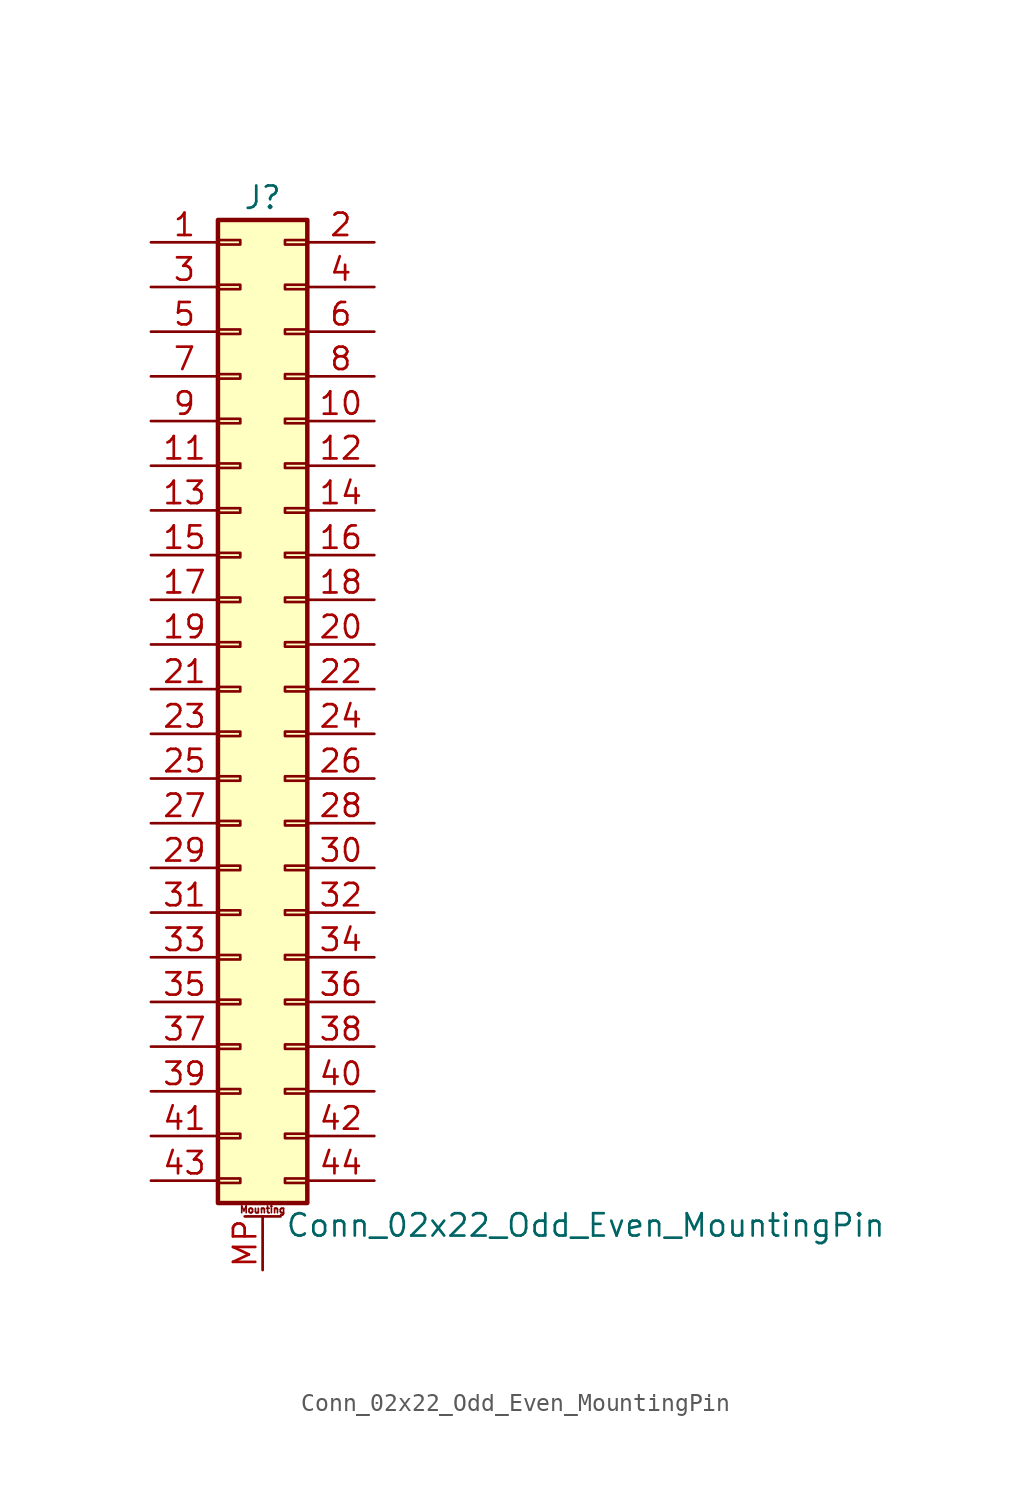
<source format=kicad_sym>
(kicad_symbol_lib
  (version 20201005)
  (generator kicad_symbol_editor)
  (symbol "Conn_02x22_Odd_Even_MountingPin"
    (pin_names
      (offset 1.016) hide)
    (property "Reference" "J"
      (at 1.27 27.94 0)
      (effects (font (size 1.27 1.27))))
    (property "Value" "Conn_02x22_Odd_Even_MountingPin"
      (at 2.54 -30.48 0)
      (effects (font (size 1.27 1.27)) (justify left)))
    (symbol "Conn_02x22_Odd_Even_MountingPin_1_1"
      (text "Mounting" (at 1.27 -29.591 0) (effects (font (size 0.381 0.381))))
      (rectangle (start -1.27 -27.813) (end 0 -28.067) (stroke (width 0.152)) (fill (type none)))
      (rectangle (start -1.27 -25.273) (end 0 -25.527) (stroke (width 0.152)) (fill (type none)))
      (rectangle (start -1.27 -22.733) (end 0 -22.987) (stroke (width 0.152)) (fill (type none)))
      (rectangle (start -1.27 -20.193) (end 0 -20.447) (stroke (width 0.152)) (fill (type none)))
      (rectangle (start -1.27 -17.653) (end 0 -17.907) (stroke (width 0.152)) (fill (type none)))
      (rectangle (start -1.27 -15.113) (end 0 -15.367) (stroke (width 0.152)) (fill (type none)))
      (rectangle (start -1.27 -12.573) (end 0 -12.827) (stroke (width 0.152)) (fill (type none)))
      (rectangle (start -1.27 -10.033) (end 0 -10.287) (stroke (width 0.152)) (fill (type none)))
      (rectangle (start -1.27 -7.493) (end 0 -7.747) (stroke (width 0.152)) (fill (type none)))
      (rectangle (start -1.27 -4.953) (end 0 -5.207) (stroke (width 0.152)) (fill (type none)))
      (rectangle (start -1.27 -2.413) (end 0 -2.667) (stroke (width 0.152)) (fill (type none)))
      (rectangle (start -1.27 0.127) (end 0 -0.127) (stroke (width 0.152)) (fill (type none)))
      (rectangle (start -1.27 2.667) (end 0 2.413) (stroke (width 0.152)) (fill (type none)))
      (rectangle (start -1.27 5.207) (end 0 4.953) (stroke (width 0.152)) (fill (type none)))
      (rectangle (start -1.27 7.747) (end 0 7.493) (stroke (width 0.152)) (fill (type none)))
      (rectangle (start -1.27 10.287) (end 0 10.033) (stroke (width 0.152)) (fill (type none)))
      (rectangle (start -1.27 12.827) (end 0 12.573) (stroke (width 0.152)) (fill (type none)))
      (rectangle (start -1.27 15.367) (end 0 15.113) (stroke (width 0.152)) (fill (type none)))
      (rectangle (start -1.27 17.907) (end 0 17.653) (stroke (width 0.152)) (fill (type none)))
      (rectangle (start -1.27 20.447) (end 0 20.193) (stroke (width 0.152)) (fill (type none)))
      (rectangle (start -1.27 22.987) (end 0 22.733) (stroke (width 0.152)) (fill (type none)))
      (rectangle (start -1.27 25.527) (end 0 25.273) (stroke (width 0.152)) (fill (type none)))
      (rectangle (start 3.81 -27.813) (end 2.54 -28.067) (stroke (width 0.152)) (fill (type none)))
      (rectangle (start 3.81 -25.273) (end 2.54 -25.527) (stroke (width 0.152)) (fill (type none)))
      (rectangle (start 3.81 -22.733) (end 2.54 -22.987) (stroke (width 0.152)) (fill (type none)))
      (rectangle (start 3.81 -20.193) (end 2.54 -20.447) (stroke (width 0.152)) (fill (type none)))
      (rectangle (start 3.81 -17.653) (end 2.54 -17.907) (stroke (width 0.152)) (fill (type none)))
      (rectangle (start 3.81 -15.113) (end 2.54 -15.367) (stroke (width 0.152)) (fill (type none)))
      (rectangle (start 3.81 -12.573) (end 2.54 -12.827) (stroke (width 0.152)) (fill (type none)))
      (rectangle (start 3.81 -10.033) (end 2.54 -10.287) (stroke (width 0.152)) (fill (type none)))
      (rectangle (start 3.81 -7.493) (end 2.54 -7.747) (stroke (width 0.152)) (fill (type none)))
      (rectangle (start 3.81 -4.953) (end 2.54 -5.207) (stroke (width 0.152)) (fill (type none)))
      (rectangle (start 3.81 -2.413) (end 2.54 -2.667) (stroke (width 0.152)) (fill (type none)))
      (rectangle (start 3.81 0.127) (end 2.54 -0.127) (stroke (width 0.152)) (fill (type none)))
      (rectangle (start 3.81 2.667) (end 2.54 2.413) (stroke (width 0.152)) (fill (type none)))
      (rectangle (start 3.81 5.207) (end 2.54 4.953) (stroke (width 0.152)) (fill (type none)))
      (rectangle (start 3.81 7.747) (end 2.54 7.493) (stroke (width 0.152)) (fill (type none)))
      (rectangle (start 3.81 10.287) (end 2.54 10.033) (stroke (width 0.152)) (fill (type none)))
      (rectangle (start 3.81 12.827) (end 2.54 12.573) (stroke (width 0.152)) (fill (type none)))
      (rectangle (start 3.81 15.367) (end 2.54 15.113) (stroke (width 0.152)) (fill (type none)))
      (rectangle (start 3.81 17.907) (end 2.54 17.653) (stroke (width 0.152)) (fill (type none)))
      (rectangle (start 3.81 20.447) (end 2.54 20.193) (stroke (width 0.152)) (fill (type none)))
      (rectangle (start 3.81 22.987) (end 2.54 22.733) (stroke (width 0.152)) (fill (type none)))
      (rectangle (start 3.81 25.527) (end 2.54 25.273) (stroke (width 0.152)) (fill (type none)))
      (rectangle (start -1.27 26.67) (end 3.81 -29.21) (stroke (width 0.254)) (fill (type background)))
      (polyline (pts (xy 0.254 -29.972) (xy 2.286 -29.972)) (stroke (width 0.152)) (fill (type none)))
      (pin passive line (at -5.08 25.4 0) (length 3.81) (name "Pin_1" (effects (font (size 1.27 1.27)))) (number "1" (effects (font (size 1.27 1.27)))))
      (pin passive line (at 7.62 15.24 180) (length 3.81) (name "Pin_10" (effects (font (size 1.27 1.27)))) (number "10" (effects (font (size 1.27 1.27)))))
      (pin passive line (at -5.08 12.7 0) (length 3.81) (name "Pin_11" (effects (font (size 1.27 1.27)))) (number "11" (effects (font (size 1.27 1.27)))))
      (pin passive line (at 7.62 12.7 180) (length 3.81) (name "Pin_12" (effects (font (size 1.27 1.27)))) (number "12" (effects (font (size 1.27 1.27)))))
      (pin passive line (at -5.08 10.16 0) (length 3.81) (name "Pin_13" (effects (font (size 1.27 1.27)))) (number "13" (effects (font (size 1.27 1.27)))))
      (pin passive line (at 7.62 10.16 180) (length 3.81) (name "Pin_14" (effects (font (size 1.27 1.27)))) (number "14" (effects (font (size 1.27 1.27)))))
      (pin passive line (at -5.08 7.62 0) (length 3.81) (name "Pin_15" (effects (font (size 1.27 1.27)))) (number "15" (effects (font (size 1.27 1.27)))))
      (pin passive line (at 7.62 7.62 180) (length 3.81) (name "Pin_16" (effects (font (size 1.27 1.27)))) (number "16" (effects (font (size 1.27 1.27)))))
      (pin passive line (at -5.08 5.08 0) (length 3.81) (name "Pin_17" (effects (font (size 1.27 1.27)))) (number "17" (effects (font (size 1.27 1.27)))))
      (pin passive line (at 7.62 5.08 180) (length 3.81) (name "Pin_18" (effects (font (size 1.27 1.27)))) (number "18" (effects (font (size 1.27 1.27)))))
      (pin passive line (at -5.08 2.54 0) (length 3.81) (name "Pin_19" (effects (font (size 1.27 1.27)))) (number "19" (effects (font (size 1.27 1.27)))))
      (pin passive line (at 7.62 25.4 180) (length 3.81) (name "Pin_2" (effects (font (size 1.27 1.27)))) (number "2" (effects (font (size 1.27 1.27)))))
      (pin passive line (at 7.62 2.54 180) (length 3.81) (name "Pin_20" (effects (font (size 1.27 1.27)))) (number "20" (effects (font (size 1.27 1.27)))))
      (pin passive line (at -5.08 0 0) (length 3.81) (name "Pin_21" (effects (font (size 1.27 1.27)))) (number "21" (effects (font (size 1.27 1.27)))))
      (pin passive line (at 7.62 0 180) (length 3.81) (name "Pin_22" (effects (font (size 1.27 1.27)))) (number "22" (effects (font (size 1.27 1.27)))))
      (pin passive line (at -5.08 -2.54 0) (length 3.81) (name "Pin_23" (effects (font (size 1.27 1.27)))) (number "23" (effects (font (size 1.27 1.27)))))
      (pin passive line (at 7.62 -2.54 180) (length 3.81) (name "Pin_24" (effects (font (size 1.27 1.27)))) (number "24" (effects (font (size 1.27 1.27)))))
      (pin passive line (at -5.08 -5.08 0) (length 3.81) (name "Pin_25" (effects (font (size 1.27 1.27)))) (number "25" (effects (font (size 1.27 1.27)))))
      (pin passive line (at 7.62 -5.08 180) (length 3.81) (name "Pin_26" (effects (font (size 1.27 1.27)))) (number "26" (effects (font (size 1.27 1.27)))))
      (pin passive line (at -5.08 -7.62 0) (length 3.81) (name "Pin_27" (effects (font (size 1.27 1.27)))) (number "27" (effects (font (size 1.27 1.27)))))
      (pin passive line (at 7.62 -7.62 180) (length 3.81) (name "Pin_28" (effects (font (size 1.27 1.27)))) (number "28" (effects (font (size 1.27 1.27)))))
      (pin passive line (at -5.08 -10.16 0) (length 3.81) (name "Pin_29" (effects (font (size 1.27 1.27)))) (number "29" (effects (font (size 1.27 1.27)))))
      (pin passive line (at -5.08 22.86 0) (length 3.81) (name "Pin_3" (effects (font (size 1.27 1.27)))) (number "3" (effects (font (size 1.27 1.27)))))
      (pin passive line (at 7.62 -10.16 180) (length 3.81) (name "Pin_30" (effects (font (size 1.27 1.27)))) (number "30" (effects (font (size 1.27 1.27)))))
      (pin passive line (at -5.08 -12.7 0) (length 3.81) (name "Pin_31" (effects (font (size 1.27 1.27)))) (number "31" (effects (font (size 1.27 1.27)))))
      (pin passive line (at 7.62 -12.7 180) (length 3.81) (name "Pin_32" (effects (font (size 1.27 1.27)))) (number "32" (effects (font (size 1.27 1.27)))))
      (pin passive line (at -5.08 -15.24 0) (length 3.81) (name "Pin_33" (effects (font (size 1.27 1.27)))) (number "33" (effects (font (size 1.27 1.27)))))
      (pin passive line (at 7.62 -15.24 180) (length 3.81) (name "Pin_34" (effects (font (size 1.27 1.27)))) (number "34" (effects (font (size 1.27 1.27)))))
      (pin passive line (at -5.08 -17.78 0) (length 3.81) (name "Pin_35" (effects (font (size 1.27 1.27)))) (number "35" (effects (font (size 1.27 1.27)))))
      (pin passive line (at 7.62 -17.78 180) (length 3.81) (name "Pin_36" (effects (font (size 1.27 1.27)))) (number "36" (effects (font (size 1.27 1.27)))))
      (pin passive line (at -5.08 -20.32 0) (length 3.81) (name "Pin_37" (effects (font (size 1.27 1.27)))) (number "37" (effects (font (size 1.27 1.27)))))
      (pin passive line (at 7.62 -20.32 180) (length 3.81) (name "Pin_38" (effects (font (size 1.27 1.27)))) (number "38" (effects (font (size 1.27 1.27)))))
      (pin passive line (at -5.08 -22.86 0) (length 3.81) (name "Pin_39" (effects (font (size 1.27 1.27)))) (number "39" (effects (font (size 1.27 1.27)))))
      (pin passive line (at 7.62 22.86 180) (length 3.81) (name "Pin_4" (effects (font (size 1.27 1.27)))) (number "4" (effects (font (size 1.27 1.27)))))
      (pin passive line (at 7.62 -22.86 180) (length 3.81) (name "Pin_40" (effects (font (size 1.27 1.27)))) (number "40" (effects (font (size 1.27 1.27)))))
      (pin passive line (at -5.08 -25.4 0) (length 3.81) (name "Pin_41" (effects (font (size 1.27 1.27)))) (number "41" (effects (font (size 1.27 1.27)))))
      (pin passive line (at 7.62 -25.4 180) (length 3.81) (name "Pin_42" (effects (font (size 1.27 1.27)))) (number "42" (effects (font (size 1.27 1.27)))))
      (pin passive line (at -5.08 -27.94 0) (length 3.81) (name "Pin_43" (effects (font (size 1.27 1.27)))) (number "43" (effects (font (size 1.27 1.27)))))
      (pin passive line (at 7.62 -27.94 180) (length 3.81) (name "Pin_44" (effects (font (size 1.27 1.27)))) (number "44" (effects (font (size 1.27 1.27)))))
      (pin passive line (at -5.08 20.32 0) (length 3.81) (name "Pin_5" (effects (font (size 1.27 1.27)))) (number "5" (effects (font (size 1.27 1.27)))))
      (pin passive line (at 7.62 20.32 180) (length 3.81) (name "Pin_6" (effects (font (size 1.27 1.27)))) (number "6" (effects (font (size 1.27 1.27)))))
      (pin passive line (at -5.08 17.78 0) (length 3.81) (name "Pin_7" (effects (font (size 1.27 1.27)))) (number "7" (effects (font (size 1.27 1.27)))))
      (pin passive line (at 7.62 17.78 180) (length 3.81) (name "Pin_8" (effects (font (size 1.27 1.27)))) (number "8" (effects (font (size 1.27 1.27)))))
      (pin passive line (at -5.08 15.24 0) (length 3.81) (name "Pin_9" (effects (font (size 1.27 1.27)))) (number "9" (effects (font (size 1.27 1.27)))))
      (pin passive line (at 1.27 -33.02 90) (length 3.048) (name "MountPin" (effects (font (size 1.27 1.27)))) (number "MP" (effects (font (size 1.27 1.27))))))))
</source>
